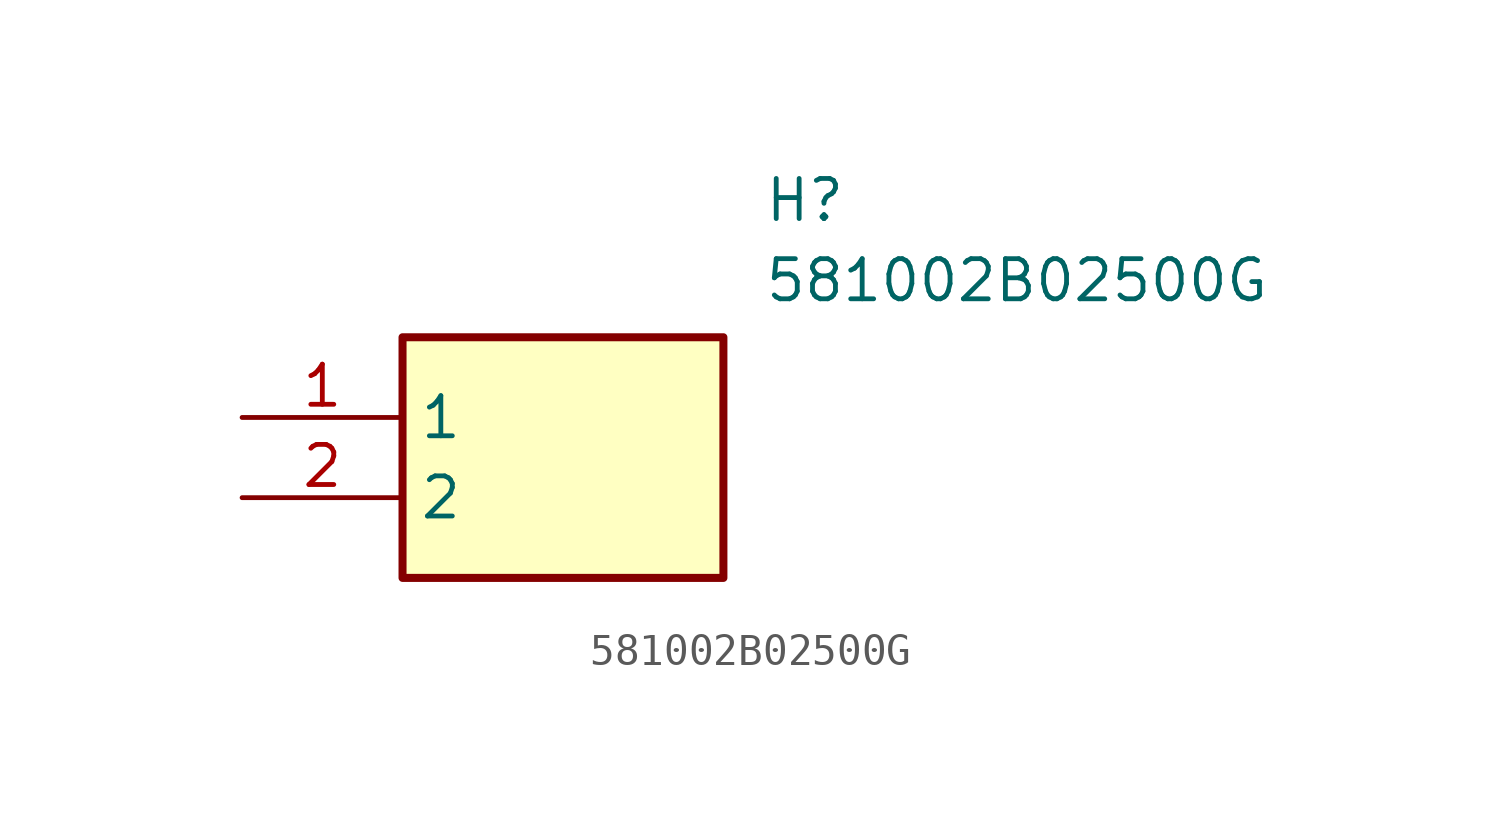
<source format=kicad_sym>
(kicad_symbol_lib
  (version 20211014)
  (generator SamacSys_ECAD_Model)
  (symbol "581002B02500G"
    (property "Reference" "H"
      (at 16.51 7.62 0)
      (effects (font (size 1.27 1.27)) (justify left top)))
    (property "Value" "581002B02500G"
      (at 16.51 5.08 0)
      (effects (font (size 1.27 1.27)) (justify left top)))
    (rectangle
      (start 5.08 2.54)
      (end 15.24 -5.08)
      (stroke (width 0.254) (type default))
      (fill (type background)))
    (pin passive line
      (at 0 0 0)
      (length 5.08)
      (name "1" (effects (font (size 1.27 1.27))))
      (number "1" (effects (font (size 1.27 1.27)))))
    (pin passive line
      (at 0 -2.54 0)
      (length 5.08)
      (name "2" (effects (font (size 1.27 1.27))))
      (number "2" (effects (font (size 1.27 1.27)))))))
</source>
